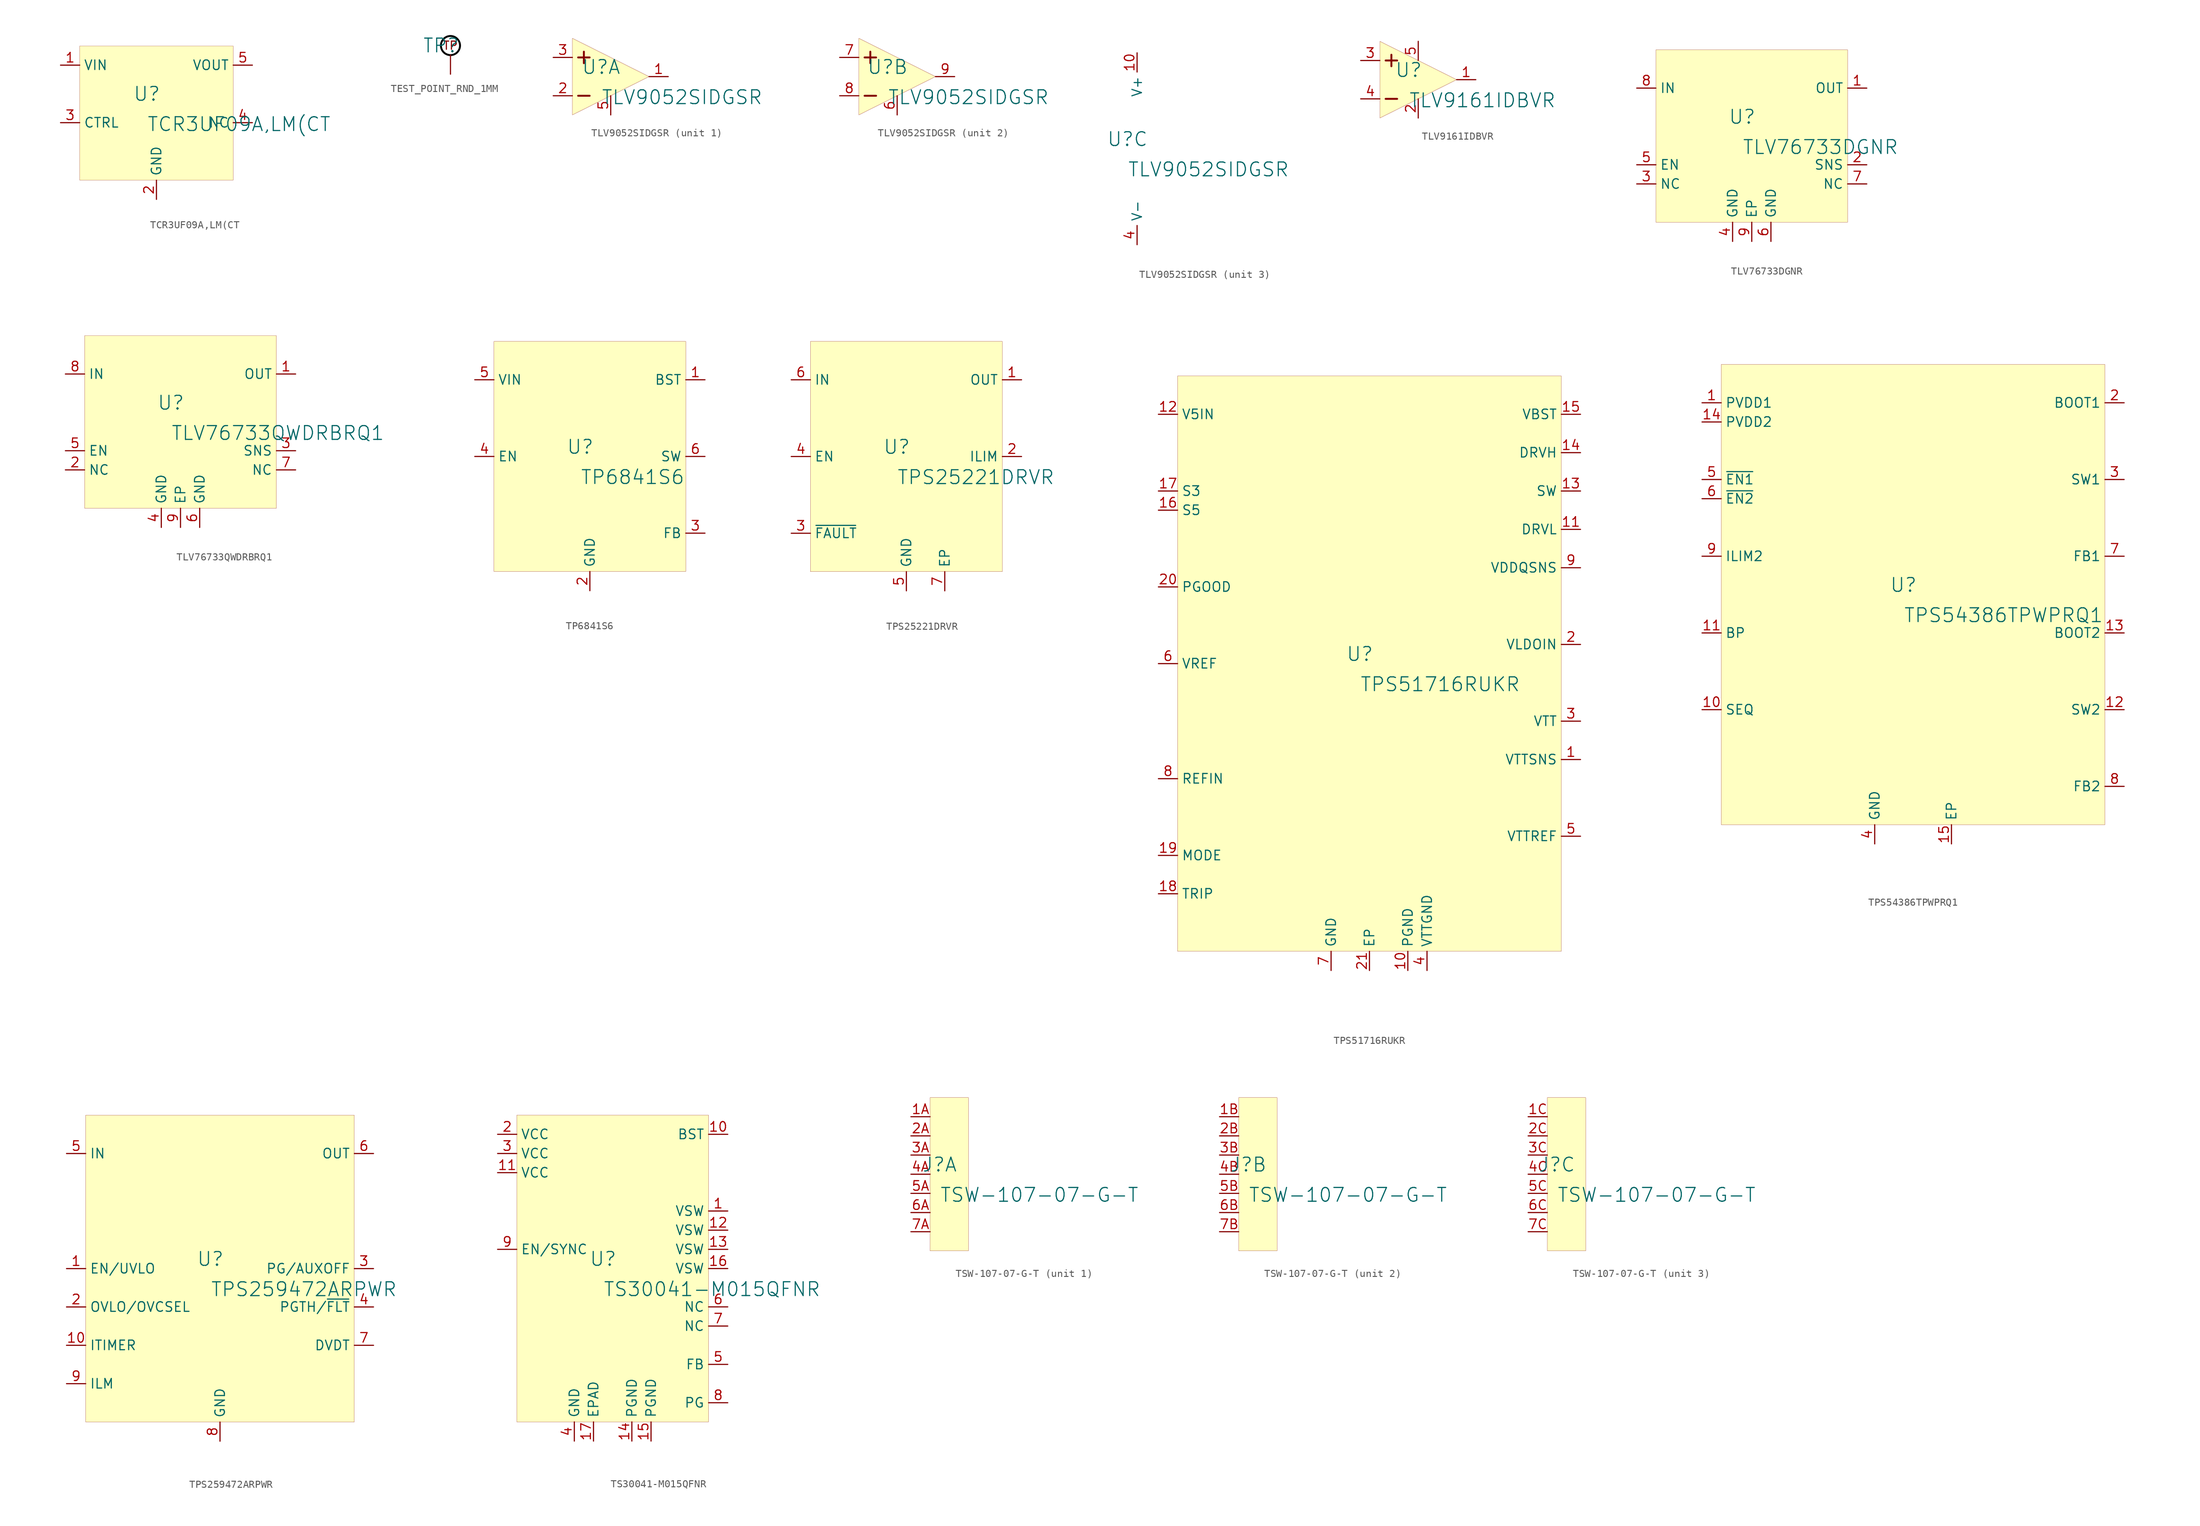
<source format=kicad_sym>
(kicad_symbol_lib
  (version 20231120)
  (generator "kicad_symbol_editor")
  (generator_version "8.0")
  (symbol "TCR3UF09A,LM(CT"
    (property "Reference" "U"
      (at -1.27 1.27 0)
      (effects (font (size 1.829 1.829))))
    (property "Value" "TCR3UF09A,LM(CT"
      (at -1.27 -3.81 0)
      (effects (font (size 1.829 1.829)) (justify left bottom)))
    (symbol "TCR3UF09A,LM(CT_1_0"
      (rectangle (start 10.16 7.62) (end -10.16 -10.16) (stroke (width 0.025) (type solid) (color 128 0 0 1)) (fill (type background)))
      (pin passive line (at -12.7 5.08 0) (length 2.54) (name "VIN" (effects (font (size 1.27 1.27)))) (number "1" (effects (font (size 1.27 1.27)))))
      (pin passive line (at 0 -12.7 90) (length 2.54) (name "GND" (effects (font (size 1.27 1.27)))) (number "2" (effects (font (size 1.27 1.27)))))
      (pin passive line (at -12.7 -2.54 0) (length 2.54) (name "CTRL" (effects (font (size 1.27 1.27)))) (number "3" (effects (font (size 1.27 1.27)))))
      (pin passive line (at 12.7 -2.54 180) (length 2.54) (name "NC" (effects (font (size 1.27 1.27)))) (number "4" (effects (font (size 1.27 1.27)))))
      (pin passive line (at 12.7 5.08 180) (length 2.54) (name "VOUT" (effects (font (size 1.27 1.27)))) (number "5" (effects (font (size 1.27 1.27)))))))
  (symbol "TEST_POINT_RND_1MM"
    (property "Reference" "TP"
      (at -1.27 1.27 0)
      (effects (font (size 1.829 1.829))))
    (symbol "TEST_POINT_RND_1MM_1_0"
      (circle (center 0 1.27) (radius 1.27) (stroke (width 0.254) (type solid) (color 0 0 0 1)) (fill (type none)))
      (text "TP" (at 0 1.27 0) (effects (font (size 1.092 1.092))))
      (pin passive line (at 0 -2.54 90) (length 2.54) (name "TP" (effects (font (size 0 0)))) (number "1" (effects (font (size 0 0)))))))
  (symbol "TLV9052SIDGSR"
    (property "Reference" "U"
      (at -1.27 1.27 0)
      (effects (font (size 1.829 1.829))))
    (property "Value" "TLV9052SIDGSR"
      (at -1.27 -3.81 0)
      (effects (font (size 1.829 1.829)) (justify left bottom)))
    (symbol "TLV9052SIDGSR_1_0"
      (polyline (pts (xy -4.318 -2.54) (xy -2.794 -2.54)) (stroke (width 0.254) (type solid)) (fill (type none)))
      (polyline (pts (xy -4.318 2.54) (xy -2.794 2.54)) (stroke (width 0.254) (type solid)) (fill (type none)))
      (polyline (pts (xy -3.556 1.778) (xy -3.556 3.302)) (stroke (width 0.254) (type solid)) (fill (type none)))
      (polyline (pts (xy 5.08 0) (xy -5.08 5.08) (xy -5.08 -5.08) (xy 5.08 0) (xy 5.08 0)) (stroke (width 0.025) (type solid)) (fill (type background)))
      (pin output line (at 7.62 0 180) (length 2.54) (name "OUT1" (effects (font (size 0 0)))) (number "1" (effects (font (size 1.27 1.27)))))
      (pin input line (at -7.62 -2.54 0) (length 2.54) (name "IN1-" (effects (font (size 0 0)))) (number "2" (effects (font (size 1.27 1.27)))))
      (pin input line (at -7.62 2.54 0) (length 2.54) (name "IN1+" (effects (font (size 0 0)))) (number "3" (effects (font (size 1.27 1.27)))))
      (pin input line (at 0 -5.08 90) (length 2.54) (name "~{SHDN1}" (effects (font (size 0 0)))) (number "5" (effects (font (size 1.27 1.27))))))
    (symbol "TLV9052SIDGSR_2_0"
      (polyline (pts (xy -4.318 -2.54) (xy -2.794 -2.54)) (stroke (width 0.254) (type solid)) (fill (type none)))
      (polyline (pts (xy -4.318 2.54) (xy -2.794 2.54)) (stroke (width 0.254) (type solid)) (fill (type none)))
      (polyline (pts (xy -3.556 1.778) (xy -3.556 3.302)) (stroke (width 0.254) (type solid)) (fill (type none)))
      (polyline (pts (xy 5.08 0) (xy -5.08 5.08) (xy -5.08 -5.08) (xy 5.08 0) (xy 5.08 0)) (stroke (width 0.025) (type solid)) (fill (type background)))
      (pin input line (at 0 -5.08 90) (length 2.54) (name "~{SHDN6}" (effects (font (size 0 0)))) (number "6" (effects (font (size 1.27 1.27)))))
      (pin input line (at -7.62 2.54 0) (length 2.54) (name "IN2+" (effects (font (size 0 0)))) (number "7" (effects (font (size 1.27 1.27)))))
      (pin input line (at -7.62 -2.54 0) (length 2.54) (name "IN2-" (effects (font (size 0 0)))) (number "8" (effects (font (size 1.27 1.27)))))
      (pin output line (at 7.62 0 180) (length 2.54) (name "OUT2" (effects (font (size 0 0)))) (number "9" (effects (font (size 1.27 1.27))))))
    (symbol "TLV9052SIDGSR_3_0"
      (pin power_in line (at 0 12.7 270) (length 2.54) (name "V+" (effects (font (size 1.27 1.27)))) (number "10" (effects (font (size 1.27 1.27)))))
      (pin power_in line (at 0 -12.7 90) (length 2.54) (name "V-" (effects (font (size 1.27 1.27)))) (number "4" (effects (font (size 1.27 1.27)))))))
  (symbol "TLV9161IDBVR"
    (property "Reference" "U"
      (at -1.27 1.27 0)
      (effects (font (size 1.829 1.829))))
    (property "Value" "TLV9161IDBVR"
      (at -1.27 -3.81 0)
      (effects (font (size 1.829 1.829)) (justify left bottom)))
    (symbol "TLV9161IDBVR_1_0"
      (polyline (pts (xy -4.318 -2.54) (xy -2.794 -2.54)) (stroke (width 0.254) (type solid)) (fill (type none)))
      (polyline (pts (xy -4.318 2.54) (xy -2.794 2.54)) (stroke (width 0.254) (type solid)) (fill (type none)))
      (polyline (pts (xy -3.556 1.778) (xy -3.556 3.302)) (stroke (width 0.254) (type solid)) (fill (type none)))
      (polyline (pts (xy 5.08 0) (xy -5.08 5.08) (xy -5.08 -5.08) (xy 5.08 0) (xy 5.08 0)) (stroke (width 0.025) (type solid)) (fill (type background)))
      (pin output line (at 7.62 0 180) (length 2.54) (name "OUT" (effects (font (size 0 0)))) (number "1" (effects (font (size 1.27 1.27)))))
      (pin passive line (at 0 -5.08 90) (length 2.54) (name "V-" (effects (font (size 0 0)))) (number "2" (effects (font (size 1.27 1.27)))))
      (pin input line (at -7.62 2.54 0) (length 2.54) (name "IN+" (effects (font (size 0 0)))) (number "3" (effects (font (size 1.27 1.27)))))
      (pin input line (at -7.62 -2.54 0) (length 2.54) (name "IN-" (effects (font (size 0 0)))) (number "4" (effects (font (size 1.27 1.27)))))
      (pin passive line (at 0 5.08 270) (length 2.54) (name "V+" (effects (font (size 0 0)))) (number "5" (effects (font (size 1.27 1.27)))))))
  (symbol "TLV76733DGNR"
    (property "Reference" "U"
      (at -1.27 1.27 0)
      (effects (font (size 1.829 1.829))))
    (property "Value" "TLV76733DGNR"
      (at -1.27 -3.81 0)
      (effects (font (size 1.829 1.829)) (justify left bottom)))
    (symbol "TLV76733DGNR_1_0"
      (rectangle (start 12.7 10.16) (end -12.7 -12.7) (stroke (width 0.025) (type solid) (color 128 0 0 1)) (fill (type background)))
      (pin power_in line (at 15.24 5.08 180) (length 2.54) (name "OUT" (effects (font (size 1.27 1.27)))) (number "1" (effects (font (size 1.27 1.27)))))
      (pin input line (at 15.24 -5.08 180) (length 2.54) (name "SNS" (effects (font (size 1.27 1.27)))) (number "2" (effects (font (size 1.27 1.27)))))
      (pin passive line (at -15.24 -7.62 0) (length 2.54) (name "NC" (effects (font (size 1.27 1.27)))) (number "3" (effects (font (size 1.27 1.27)))))
      (pin power_in line (at -2.54 -15.24 90) (length 2.54) (name "GND" (effects (font (size 1.27 1.27)))) (number "4" (effects (font (size 1.27 1.27)))))
      (pin input line (at -15.24 -5.08 0) (length 2.54) (name "EN" (effects (font (size 1.27 1.27)))) (number "5" (effects (font (size 1.27 1.27)))))
      (pin power_in line (at 2.54 -15.24 90) (length 2.54) (name "GND" (effects (font (size 1.27 1.27)))) (number "6" (effects (font (size 1.27 1.27)))))
      (pin passive line (at 15.24 -7.62 180) (length 2.54) (name "NC" (effects (font (size 1.27 1.27)))) (number "7" (effects (font (size 1.27 1.27)))))
      (pin power_in line (at -15.24 5.08 0) (length 2.54) (name "IN" (effects (font (size 1.27 1.27)))) (number "8" (effects (font (size 1.27 1.27)))))
      (pin power_in line (at 0 -15.24 90) (length 2.54) (name "EP" (effects (font (size 1.27 1.27)))) (number "9" (effects (font (size 1.27 1.27)))))))
  (symbol "TLV76733QWDRBRQ1"
    (property "Reference" "U"
      (at -1.27 1.27 0)
      (effects (font (size 1.829 1.829))))
    (property "Value" "TLV76733QWDRBRQ1"
      (at -1.27 -3.81 0)
      (effects (font (size 1.829 1.829)) (justify left bottom)))
    (symbol "TLV76733QWDRBRQ1_1_0"
      (rectangle (start 12.7 10.16) (end -12.7 -12.7) (stroke (width 0.025) (type solid) (color 128 0 0 1)) (fill (type background)))
      (pin power_in line (at 15.24 5.08 180) (length 2.54) (name "OUT" (effects (font (size 1.27 1.27)))) (number "1" (effects (font (size 1.27 1.27)))))
      (pin passive line (at -15.24 -7.62 0) (length 2.54) (name "NC" (effects (font (size 1.27 1.27)))) (number "2" (effects (font (size 1.27 1.27)))))
      (pin input line (at 15.24 -5.08 180) (length 2.54) (name "SNS" (effects (font (size 1.27 1.27)))) (number "3" (effects (font (size 1.27 1.27)))))
      (pin power_in line (at -2.54 -15.24 90) (length 2.54) (name "GND" (effects (font (size 1.27 1.27)))) (number "4" (effects (font (size 1.27 1.27)))))
      (pin input line (at -15.24 -5.08 0) (length 2.54) (name "EN" (effects (font (size 1.27 1.27)))) (number "5" (effects (font (size 1.27 1.27)))))
      (pin power_in line (at 2.54 -15.24 90) (length 2.54) (name "GND" (effects (font (size 1.27 1.27)))) (number "6" (effects (font (size 1.27 1.27)))))
      (pin passive line (at 15.24 -7.62 180) (length 2.54) (name "NC" (effects (font (size 1.27 1.27)))) (number "7" (effects (font (size 1.27 1.27)))))
      (pin power_in line (at -15.24 5.08 0) (length 2.54) (name "IN" (effects (font (size 1.27 1.27)))) (number "8" (effects (font (size 1.27 1.27)))))
      (pin power_in line (at 0 -15.24 90) (length 2.54) (name "EP" (effects (font (size 1.27 1.27)))) (number "9" (effects (font (size 1.27 1.27)))))))
  (symbol "TP6841S6"
    (property "Reference" "U"
      (at -1.27 1.27 0)
      (effects (font (size 1.829 1.829))))
    (property "Value" "TP6841S6"
      (at -1.27 -3.81 0)
      (effects (font (size 1.829 1.829)) (justify left bottom)))
    (symbol "TP6841S6_1_0"
      (rectangle (start 12.7 15.24) (end -12.7 -15.24) (stroke (width 0.025) (type solid) (color 128 0 0 1)) (fill (type background)))
      (pin output line (at 15.24 10.16 180) (length 2.54) (name "BST" (effects (font (size 1.27 1.27)))) (number "1" (effects (font (size 1.27 1.27)))))
      (pin power_in line (at 0 -17.78 90) (length 2.54) (name "GND" (effects (font (size 1.27 1.27)))) (number "2" (effects (font (size 1.27 1.27)))))
      (pin input line (at 15.24 -10.16 180) (length 2.54) (name "FB" (effects (font (size 1.27 1.27)))) (number "3" (effects (font (size 1.27 1.27)))))
      (pin input line (at -15.24 0 0) (length 2.54) (name "EN" (effects (font (size 1.27 1.27)))) (number "4" (effects (font (size 1.27 1.27)))))
      (pin power_in line (at -15.24 10.16 0) (length 2.54) (name "VIN" (effects (font (size 1.27 1.27)))) (number "5" (effects (font (size 1.27 1.27)))))
      (pin power_in line (at 15.24 0 180) (length 2.54) (name "SW" (effects (font (size 1.27 1.27)))) (number "6" (effects (font (size 1.27 1.27)))))))
  (symbol "TPS25221DRVR"
    (property "Reference" "U"
      (at -1.27 1.27 0)
      (effects (font (size 1.829 1.829))))
    (property "Value" "TPS25221DRVR"
      (at -1.27 -3.81 0)
      (effects (font (size 1.829 1.829)) (justify left bottom)))
    (symbol "TPS25221DRVR_1_0"
      (rectangle (start 12.7 15.24) (end -12.7 -15.24) (stroke (width 0.025) (type solid) (color 128 0 0 1)) (fill (type background)))
      (pin power_in line (at 15.24 10.16 180) (length 2.54) (name "OUT" (effects (font (size 1.27 1.27)))) (number "1" (effects (font (size 1.27 1.27)))))
      (pin passive line (at 15.24 0 180) (length 2.54) (name "ILIM" (effects (font (size 1.27 1.27)))) (number "2" (effects (font (size 1.27 1.27)))))
      (pin open_collector line (at -15.24 -10.16 0) (length 2.54) (name "~{FAULT}" (effects (font (size 1.27 1.27)))) (number "3" (effects (font (size 1.27 1.27)))))
      (pin input line (at -15.24 0 0) (length 2.54) (name "EN" (effects (font (size 1.27 1.27)))) (number "4" (effects (font (size 1.27 1.27)))))
      (pin power_in line (at 0 -17.78 90) (length 2.54) (name "GND" (effects (font (size 1.27 1.27)))) (number "5" (effects (font (size 1.27 1.27)))))
      (pin power_in line (at -15.24 10.16 0) (length 2.54) (name "IN" (effects (font (size 1.27 1.27)))) (number "6" (effects (font (size 1.27 1.27)))))
      (pin power_in line (at 5.08 -17.78 90) (length 2.54) (name "EP" (effects (font (size 1.27 1.27)))) (number "7" (effects (font (size 1.27 1.27)))))))
  (symbol "TPS51716RUKR"
    (property "Reference" "U"
      (at -1.27 1.27 0)
      (effects (font (size 1.829 1.829))))
    (property "Value" "TPS51716RUKR"
      (at -1.27 -3.81 0)
      (effects (font (size 1.829 1.829)) (justify left bottom)))
    (symbol "TPS51716RUKR_1_0"
      (rectangle (start 25.4 38.1) (end -25.4 -38.1) (stroke (width 0.025) (type solid) (color 128 0 0 1)) (fill (type background)))
      (pin input line (at 27.94 -12.7 180) (length 2.54) (name "VTTSNS" (effects (font (size 1.27 1.27)))) (number "1" (effects (font (size 1.27 1.27)))))
      (pin power_in line (at 5.08 -40.64 90) (length 2.54) (name "PGND" (effects (font (size 1.27 1.27)))) (number "10" (effects (font (size 1.27 1.27)))))
      (pin output line (at 27.94 17.78 180) (length 2.54) (name "DRVL" (effects (font (size 1.27 1.27)))) (number "11" (effects (font (size 1.27 1.27)))))
      (pin power_in line (at -27.94 33.02 0) (length 2.54) (name "V5IN" (effects (font (size 1.27 1.27)))) (number "12" (effects (font (size 1.27 1.27)))))
      (pin power_in line (at 27.94 22.86 180) (length 2.54) (name "SW" (effects (font (size 1.27 1.27)))) (number "13" (effects (font (size 1.27 1.27)))))
      (pin output line (at 27.94 27.94 180) (length 2.54) (name "DRVH" (effects (font (size 1.27 1.27)))) (number "14" (effects (font (size 1.27 1.27)))))
      (pin power_in line (at 27.94 33.02 180) (length 2.54) (name "VBST" (effects (font (size 1.27 1.27)))) (number "15" (effects (font (size 1.27 1.27)))))
      (pin input line (at -27.94 20.32 0) (length 2.54) (name "S5" (effects (font (size 1.27 1.27)))) (number "16" (effects (font (size 1.27 1.27)))))
      (pin input line (at -27.94 22.86 0) (length 2.54) (name "S3" (effects (font (size 1.27 1.27)))) (number "17" (effects (font (size 1.27 1.27)))))
      (pin passive line (at -27.94 -30.48 0) (length 2.54) (name "TRIP" (effects (font (size 1.27 1.27)))) (number "18" (effects (font (size 1.27 1.27)))))
      (pin passive line (at -27.94 -25.4 0) (length 2.54) (name "MODE" (effects (font (size 1.27 1.27)))) (number "19" (effects (font (size 1.27 1.27)))))
      (pin power_in line (at 27.94 2.54 180) (length 2.54) (name "VLDOIN" (effects (font (size 1.27 1.27)))) (number "2" (effects (font (size 1.27 1.27)))))
      (pin open_collector line (at -27.94 10.16 0) (length 2.54) (name "PGOOD" (effects (font (size 1.27 1.27)))) (number "20" (effects (font (size 1.27 1.27)))))
      (pin power_in line (at 0 -40.64 90) (length 2.54) (name "EP" (effects (font (size 1.27 1.27)))) (number "21" (effects (font (size 1.27 1.27)))))
      (pin power_in line (at 27.94 -7.62 180) (length 2.54) (name "VTT" (effects (font (size 1.27 1.27)))) (number "3" (effects (font (size 1.27 1.27)))))
      (pin power_in line (at 7.62 -40.64 90) (length 2.54) (name "VTTGND" (effects (font (size 1.27 1.27)))) (number "4" (effects (font (size 1.27 1.27)))))
      (pin power_in line (at 27.94 -22.86 180) (length 2.54) (name "VTTREF" (effects (font (size 1.27 1.27)))) (number "5" (effects (font (size 1.27 1.27)))))
      (pin power_in line (at -27.94 0 0) (length 2.54) (name "VREF" (effects (font (size 1.27 1.27)))) (number "6" (effects (font (size 1.27 1.27)))))
      (pin power_in line (at -5.08 -40.64 90) (length 2.54) (name "GND" (effects (font (size 1.27 1.27)))) (number "7" (effects (font (size 1.27 1.27)))))
      (pin input line (at -27.94 -15.24 0) (length 2.54) (name "REFIN" (effects (font (size 1.27 1.27)))) (number "8" (effects (font (size 1.27 1.27)))))
      (pin input line (at 27.94 12.7 180) (length 2.54) (name "VDDQSNS" (effects (font (size 1.27 1.27)))) (number "9" (effects (font (size 1.27 1.27)))))))
  (symbol "TPS54386TPWPRQ1"
    (property "Reference" "U"
      (at -1.27 1.27 0)
      (effects (font (size 1.829 1.829))))
    (property "Value" "TPS54386TPWPRQ1"
      (at -1.27 -3.81 0)
      (effects (font (size 1.829 1.829)) (justify left bottom)))
    (symbol "TPS54386TPWPRQ1_1_0"
      (rectangle (start 25.4 30.48) (end -25.4 -30.48) (stroke (width 0.025) (type solid) (color 128 0 0 1)) (fill (type background)))
      (pin passive line (at -27.94 25.4 0) (length 2.54) (name "PVDD1" (effects (font (size 1.27 1.27)))) (number "1" (effects (font (size 1.27 1.27)))))
      (pin passive line (at -27.94 -15.24 0) (length 2.54) (name "SEQ" (effects (font (size 1.27 1.27)))) (number "10" (effects (font (size 1.27 1.27)))))
      (pin passive line (at -27.94 -5.08 0) (length 2.54) (name "BP" (effects (font (size 1.27 1.27)))) (number "11" (effects (font (size 1.27 1.27)))))
      (pin passive line (at 27.94 -15.24 180) (length 2.54) (name "SW2" (effects (font (size 1.27 1.27)))) (number "12" (effects (font (size 1.27 1.27)))))
      (pin passive line (at 27.94 -5.08 180) (length 2.54) (name "BOOT2" (effects (font (size 1.27 1.27)))) (number "13" (effects (font (size 1.27 1.27)))))
      (pin passive line (at -27.94 22.86 0) (length 2.54) (name "PVDD2" (effects (font (size 1.27 1.27)))) (number "14" (effects (font (size 1.27 1.27)))))
      (pin passive line (at 5.08 -33.02 90) (length 2.54) (name "EP" (effects (font (size 1.27 1.27)))) (number "15" (effects (font (size 1.27 1.27)))))
      (pin passive line (at 27.94 25.4 180) (length 2.54) (name "BOOT1" (effects (font (size 1.27 1.27)))) (number "2" (effects (font (size 1.27 1.27)))))
      (pin passive line (at 27.94 15.24 180) (length 2.54) (name "SW1" (effects (font (size 1.27 1.27)))) (number "3" (effects (font (size 1.27 1.27)))))
      (pin passive line (at -5.08 -33.02 90) (length 2.54) (name "GND" (effects (font (size 1.27 1.27)))) (number "4" (effects (font (size 1.27 1.27)))))
      (pin passive line (at -27.94 15.24 0) (length 2.54) (name "~{EN1}" (effects (font (size 1.27 1.27)))) (number "5" (effects (font (size 1.27 1.27)))))
      (pin passive line (at -27.94 12.7 0) (length 2.54) (name "~{EN2}" (effects (font (size 1.27 1.27)))) (number "6" (effects (font (size 1.27 1.27)))))
      (pin passive line (at 27.94 5.08 180) (length 2.54) (name "FB1" (effects (font (size 1.27 1.27)))) (number "7" (effects (font (size 1.27 1.27)))))
      (pin passive line (at 27.94 -25.4 180) (length 2.54) (name "FB2" (effects (font (size 1.27 1.27)))) (number "8" (effects (font (size 1.27 1.27)))))
      (pin passive line (at -27.94 5.08 0) (length 2.54) (name "ILIM2" (effects (font (size 1.27 1.27)))) (number "9" (effects (font (size 1.27 1.27)))))))
  (symbol "TPS259472ARPWR"
    (property "Reference" "U"
      (at -1.27 1.27 0)
      (effects (font (size 1.829 1.829))))
    (property "Value" "TPS259472ARPWR"
      (at -1.27 -3.81 0)
      (effects (font (size 1.829 1.829)) (justify left bottom)))
    (symbol "TPS259472ARPWR_1_0"
      (rectangle (start 17.78 20.32) (end -17.78 -20.32) (stroke (width 0.025) (type solid) (color 128 0 0 1)) (fill (type background)))
      (pin passive line (at -20.32 0 0) (length 2.54) (name "EN/UVLO" (effects (font (size 1.27 1.27)))) (number "1" (effects (font (size 1.27 1.27)))))
      (pin passive line (at -20.32 -10.16 0) (length 2.54) (name "ITIMER" (effects (font (size 1.27 1.27)))) (number "10" (effects (font (size 1.27 1.27)))))
      (pin passive line (at -20.32 -5.08 0) (length 2.54) (name "OVLO/OVCSEL" (effects (font (size 1.27 1.27)))) (number "2" (effects (font (size 1.27 1.27)))))
      (pin passive line (at 20.32 0 180) (length 2.54) (name "PG/AUXOFF" (effects (font (size 1.27 1.27)))) (number "3" (effects (font (size 1.27 1.27)))))
      (pin passive line (at 20.32 -5.08 180) (length 2.54) (name "PGTH/~{FLT}" (effects (font (size 1.27 1.27)))) (number "4" (effects (font (size 1.27 1.27)))))
      (pin passive line (at -20.32 15.24 0) (length 2.54) (name "IN" (effects (font (size 1.27 1.27)))) (number "5" (effects (font (size 1.27 1.27)))))
      (pin passive line (at 20.32 15.24 180) (length 2.54) (name "OUT" (effects (font (size 1.27 1.27)))) (number "6" (effects (font (size 1.27 1.27)))))
      (pin passive line (at 20.32 -10.16 180) (length 2.54) (name "DVDT" (effects (font (size 1.27 1.27)))) (number "7" (effects (font (size 1.27 1.27)))))
      (pin passive line (at 0 -22.86 90) (length 2.54) (name "GND" (effects (font (size 1.27 1.27)))) (number "8" (effects (font (size 1.27 1.27)))))
      (pin passive line (at -20.32 -15.24 0) (length 2.54) (name "ILM" (effects (font (size 1.27 1.27)))) (number "9" (effects (font (size 1.27 1.27)))))))
  (symbol "TS30041-M015QFNR"
    (property "Reference" "U"
      (at -1.27 1.27 0)
      (effects (font (size 1.829 1.829))))
    (property "Value" "TS30041-M015QFNR"
      (at -1.27 -3.81 0)
      (effects (font (size 1.829 1.829)) (justify left bottom)))
    (symbol "TS30041-M015QFNR_1_0"
      (rectangle (start 12.7 20.32) (end -12.7 -20.32) (stroke (width 0.025) (type solid) (color 128 0 0 1)) (fill (type background)))
      (pin power_in line (at 15.24 7.62 180) (length 2.54) (name "VSW" (effects (font (size 1.27 1.27)))) (number "1" (effects (font (size 1.27 1.27)))))
      (pin passive line (at 15.24 17.78 180) (length 2.54) (name "BST" (effects (font (size 1.27 1.27)))) (number "10" (effects (font (size 1.27 1.27)))))
      (pin power_in line (at -15.24 12.7 0) (length 2.54) (name "VCC" (effects (font (size 1.27 1.27)))) (number "11" (effects (font (size 1.27 1.27)))))
      (pin power_in line (at 15.24 5.08 180) (length 2.54) (name "VSW" (effects (font (size 1.27 1.27)))) (number "12" (effects (font (size 1.27 1.27)))))
      (pin power_in line (at 15.24 2.54 180) (length 2.54) (name "VSW" (effects (font (size 1.27 1.27)))) (number "13" (effects (font (size 1.27 1.27)))))
      (pin power_in line (at 2.54 -22.86 90) (length 2.54) (name "PGND" (effects (font (size 1.27 1.27)))) (number "14" (effects (font (size 1.27 1.27)))))
      (pin power_in line (at 5.08 -22.86 90) (length 2.54) (name "PGND" (effects (font (size 1.27 1.27)))) (number "15" (effects (font (size 1.27 1.27)))))
      (pin power_in line (at 15.24 0 180) (length 2.54) (name "VSW" (effects (font (size 1.27 1.27)))) (number "16" (effects (font (size 1.27 1.27)))))
      (pin power_in line (at -2.54 -22.86 90) (length 2.54) (name "EPAD" (effects (font (size 1.27 1.27)))) (number "17" (effects (font (size 1.27 1.27)))))
      (pin power_in line (at -15.24 17.78 0) (length 2.54) (name "VCC" (effects (font (size 1.27 1.27)))) (number "2" (effects (font (size 1.27 1.27)))))
      (pin power_in line (at -15.24 15.24 0) (length 2.54) (name "VCC" (effects (font (size 1.27 1.27)))) (number "3" (effects (font (size 1.27 1.27)))))
      (pin power_in line (at -5.08 -22.86 90) (length 2.54) (name "GND" (effects (font (size 1.27 1.27)))) (number "4" (effects (font (size 1.27 1.27)))))
      (pin input line (at 15.24 -12.7 180) (length 2.54) (name "FB" (effects (font (size 1.27 1.27)))) (number "5" (effects (font (size 1.27 1.27)))))
      (pin passive line (at 15.24 -5.08 180) (length 2.54) (name "NC" (effects (font (size 1.27 1.27)))) (number "6" (effects (font (size 1.27 1.27)))))
      (pin passive line (at 15.24 -7.62 180) (length 2.54) (name "NC" (effects (font (size 1.27 1.27)))) (number "7" (effects (font (size 1.27 1.27)))))
      (pin open_collector line (at 15.24 -17.78 180) (length 2.54) (name "PG" (effects (font (size 1.27 1.27)))) (number "8" (effects (font (size 1.27 1.27)))))
      (pin input line (at -15.24 2.54 0) (length 2.54) (name "EN/SYNC" (effects (font (size 1.27 1.27)))) (number "9" (effects (font (size 1.27 1.27)))))))
  (symbol "TSW-107-07-G-T"
    (property "Reference" "J"
      (at -1.27 1.27 0)
      (effects (font (size 1.829 1.829))))
    (property "Value" "TSW-107-07-G-T"
      (at -1.27 -3.81 0)
      (effects (font (size 1.829 1.829)) (justify left bottom)))
    (symbol "TSW-107-07-G-T_1_0"
      (rectangle (start 2.54 10.16) (end -2.54 -10.16) (stroke (width 0.025) (type solid) (color 128 0 0 1)) (fill (type background)))
      (pin passive line (at -5.08 7.62 0) (length 2.54) (name "1A" (effects (font (size 0 0)))) (number "1A" (effects (font (size 1.27 1.27)))))
      (pin passive line (at -5.08 5.08 0) (length 2.54) (name "2A" (effects (font (size 0 0)))) (number "2A" (effects (font (size 1.27 1.27)))))
      (pin passive line (at -5.08 2.54 0) (length 2.54) (name "3A" (effects (font (size 0 0)))) (number "3A" (effects (font (size 1.27 1.27)))))
      (pin passive line (at -5.08 0 0) (length 2.54) (name "4A" (effects (font (size 0 0)))) (number "4A" (effects (font (size 1.27 1.27)))))
      (pin passive line (at -5.08 -2.54 0) (length 2.54) (name "5A" (effects (font (size 0 0)))) (number "5A" (effects (font (size 1.27 1.27)))))
      (pin passive line (at -5.08 -5.08 0) (length 2.54) (name "6A" (effects (font (size 0 0)))) (number "6A" (effects (font (size 1.27 1.27)))))
      (pin passive line (at -5.08 -7.62 0) (length 2.54) (name "7A" (effects (font (size 0 0)))) (number "7A" (effects (font (size 1.27 1.27))))))
    (symbol "TSW-107-07-G-T_2_0"
      (rectangle (start 2.54 10.16) (end -2.54 -10.16) (stroke (width 0.025) (type solid) (color 128 0 0 1)) (fill (type background)))
      (pin passive line (at -5.08 7.62 0) (length 2.54) (name "1B" (effects (font (size 0 0)))) (number "1B" (effects (font (size 1.27 1.27)))))
      (pin passive line (at -5.08 5.08 0) (length 2.54) (name "2B" (effects (font (size 0 0)))) (number "2B" (effects (font (size 1.27 1.27)))))
      (pin passive line (at -5.08 2.54 0) (length 2.54) (name "3B" (effects (font (size 0 0)))) (number "3B" (effects (font (size 1.27 1.27)))))
      (pin passive line (at -5.08 0 0) (length 2.54) (name "4B" (effects (font (size 0 0)))) (number "4B" (effects (font (size 1.27 1.27)))))
      (pin passive line (at -5.08 -2.54 0) (length 2.54) (name "5B" (effects (font (size 0 0)))) (number "5B" (effects (font (size 1.27 1.27)))))
      (pin passive line (at -5.08 -5.08 0) (length 2.54) (name "6B" (effects (font (size 0 0)))) (number "6B" (effects (font (size 1.27 1.27)))))
      (pin passive line (at -5.08 -7.62 0) (length 2.54) (name "7B" (effects (font (size 0 0)))) (number "7B" (effects (font (size 1.27 1.27))))))
    (symbol "TSW-107-07-G-T_3_0"
      (rectangle (start 2.54 10.16) (end -2.54 -10.16) (stroke (width 0.025) (type solid) (color 128 0 0 1)) (fill (type background)))
      (pin passive line (at -5.08 7.62 0) (length 2.54) (name "1C" (effects (font (size 0 0)))) (number "1C" (effects (font (size 1.27 1.27)))))
      (pin passive line (at -5.08 5.08 0) (length 2.54) (name "2C" (effects (font (size 0 0)))) (number "2C" (effects (font (size 1.27 1.27)))))
      (pin passive line (at -5.08 2.54 0) (length 2.54) (name "3C" (effects (font (size 0 0)))) (number "3C" (effects (font (size 1.27 1.27)))))
      (pin passive line (at -5.08 0 0) (length 2.54) (name "4C" (effects (font (size 0 0)))) (number "4C" (effects (font (size 1.27 1.27)))))
      (pin passive line (at -5.08 -2.54 0) (length 2.54) (name "5C" (effects (font (size 0 0)))) (number "5C" (effects (font (size 1.27 1.27)))))
      (pin passive line (at -5.08 -5.08 0) (length 2.54) (name "6C" (effects (font (size 0 0)))) (number "6C" (effects (font (size 1.27 1.27)))))
      (pin passive line (at -5.08 -7.62 0) (length 2.54) (name "7C" (effects (font (size 0 0)))) (number "7C" (effects (font (size 1.27 1.27))))))))
</source>
